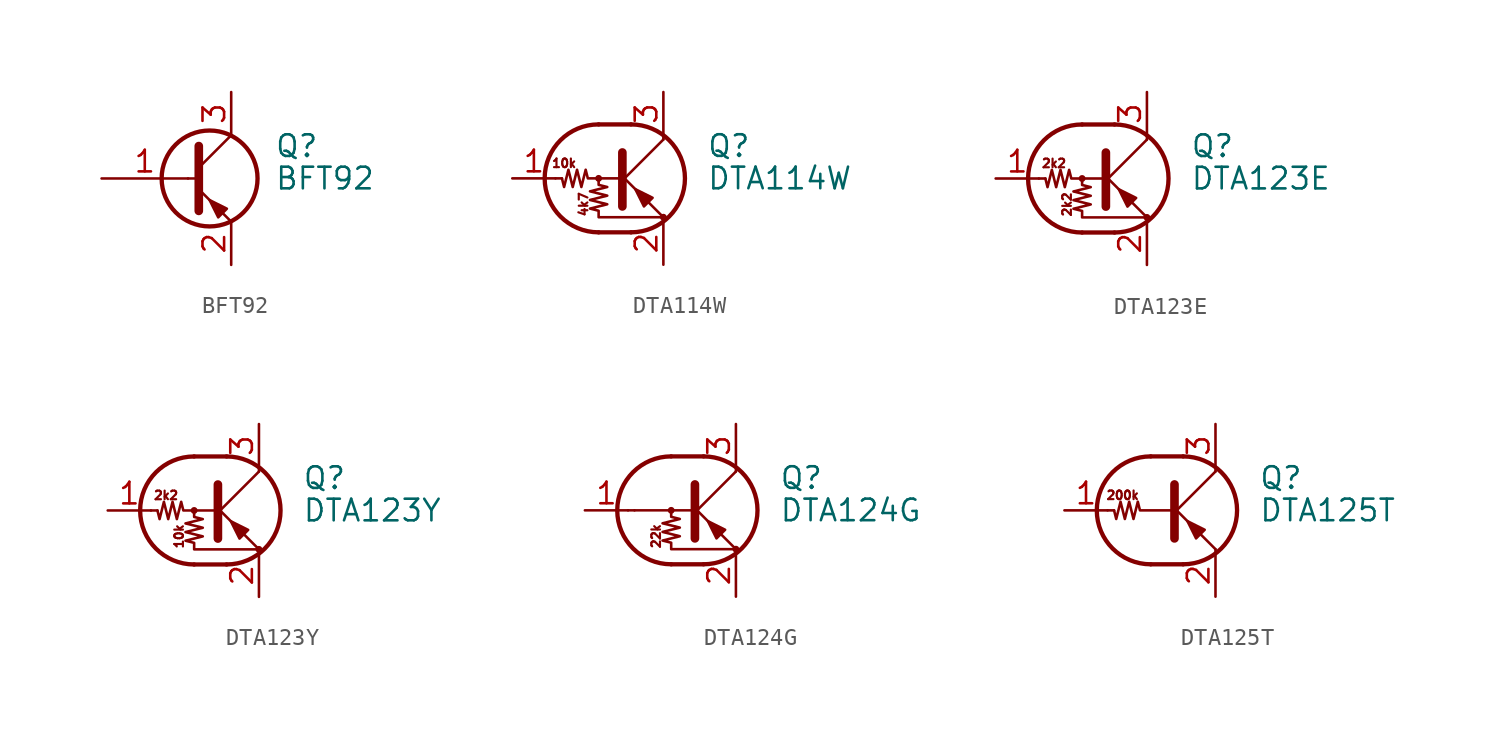
<source format=kicad_sym>
(kicad_symbol_lib
  (version 20201005)
  (generator kicad_symbol_editor)
  (symbol "BFT92"
    (pin_names
      (offset 0) hide)
    (property "Reference" "Q"
      (at 5.08 1.905 0)
      (effects (font (size 1.27 1.27)) (justify left)))
    (property "Value" "BFT92"
      (at 5.08 0 0)
      (effects (font (size 1.27 1.27)) (justify left)))
    (symbol "BFT92_0_1"
      (circle (center 1.27 0) (radius 2.819) (stroke (width 0.254)) (fill (type none)))
      (polyline (pts (xy 0 0) (xy 0.635 0)) (stroke (width 0)) (fill (type none)))
      (polyline (pts (xy 0.635 0.635) (xy 2.54 2.54)) (stroke (width 0)) (fill (type none)))
      (polyline (pts (xy 2.54 -2.54) (xy 0.635 -0.635)) (stroke (width 0)) (fill (type none)))
      (polyline (pts (xy 0.635 1.905) (xy 0.635 0) (xy 0.635 -1.905) (xy 0.635 -1.905)) (stroke (width 0.508)) (fill (type none)))
      (polyline (pts (xy 1.27 -1.27) (xy 1.778 -2.286) (xy 2.286 -1.778) (xy 1.27 -1.27) (xy 1.27 -1.27)) (stroke (width 0)) (fill (type outline))))
    (symbol "BFT92_1_1"
      (pin input line (at -5.08 0 0) (length 5.08) (name "B" (effects (font (size 1.27 1.27)))) (number "1" (effects (font (size 1.27 1.27)))))
      (pin passive line (at 2.54 -5.08 90) (length 2.54) (name "E" (effects (font (size 1.27 1.27)))) (number "2" (effects (font (size 1.27 1.27)))))
      (pin passive line (at 2.54 5.08 270) (length 2.54) (name "C" (effects (font (size 1.27 1.27)))) (number "3" (effects (font (size 1.27 1.27)))))))
  (symbol "DTA114W"
    (pin_names
      (offset 0) hide)
    (property "Reference" "Q"
      (at 5.08 1.905 0)
      (effects (font (size 1.27 1.27)) (justify left)))
    (property "Value" "DTA114W"
      (at 5.08 0 0)
      (effects (font (size 1.27 1.27)) (justify left)))
    (symbol "DTA114W_0_0"
      (text "10k" (at -3.302 0.889 0) (effects (font (size 0.508 0.508))))
      (text "4k7" (at -2.159 -1.524 900) (effects (font (size 0.508 0.508)))))
    (symbol "DTA114W_0_1"
      (arc (start -1.27 3.175) (end -1.27 -3.175) (radius (at -1.27 0) (length 3.175) (angles 90.1 -90.1)) (stroke (width 0.254)) (fill (type none)))
      (arc (start 0.635 -3.175) (end 0.635 3.175) (radius (at 0.635 0) (length 3.175) (angles -89.9 89.9)) (stroke (width 0.254)) (fill (type none)))
      (circle (center -1.27 0) (radius 0.127) (stroke (width 0)) (fill (type none)))
      (circle (center 2.54 -2.286) (radius 0.127) (stroke (width 0)) (fill (type none)))
      (polyline (pts (xy -3.429 0) (xy -3.81 0)) (stroke (width 0)) (fill (type none)))
      (polyline (pts (xy -1.27 -3.175) (xy 0.635 -3.175)) (stroke (width 0.254)) (fill (type none)))
      (polyline (pts (xy -1.27 3.175) (xy 0.635 3.175)) (stroke (width 0.254)) (fill (type none)))
      (polyline (pts (xy 0 -0.254) (xy 2.54 2.286)) (stroke (width 0)) (fill (type none)))
      (polyline (pts (xy 0.127 1.524) (xy 0.127 -1.651)) (stroke (width 0.508)) (fill (type outline)))
      (polyline (pts (xy 2.54 2.286) (xy 2.54 2.54)) (stroke (width 0)) (fill (type none)))
      (polyline (pts (xy 2.54 -2.286) (xy 0 0.254) (xy 0 0.254)) (stroke (width 0)) (fill (type none)))
      (polyline (pts (xy 1.397 -1.651) (xy 1.905 -1.143) (xy 0.889 -0.635) (xy 1.397 -1.651)) (stroke (width 0)) (fill (type outline)))
      (polyline (pts (xy 0 0) (xy -1.905 0) (xy -2.032 0.508) (xy -2.286 -0.508) (xy -2.54 0.508) (xy -2.794 -0.508) (xy -3.048 0.508) (xy -3.302 -0.508) (xy -3.429 0)) (stroke (width 0)) (fill (type none)))
      (polyline (pts (xy -1.27 0) (xy -1.27 -0.381) (xy -0.762 -0.508) (xy -1.778 -0.762) (xy -0.762 -1.016) (xy -1.778 -1.27) (xy -0.762 -1.524) (xy -1.778 -1.778) (xy -1.27 -1.905) (xy -1.27 -2.286) (xy 2.54 -2.286)) (stroke (width 0)) (fill (type none))))
    (symbol "DTA114W_1_1"
      (pin input line (at -6.35 0 0) (length 2.54) (name "B" (effects (font (size 1.27 1.27)))) (number "1" (effects (font (size 1.27 1.27)))))
      (pin passive line (at 2.54 -5.08 90) (length 2.54) (name "E" (effects (font (size 1.27 1.27)))) (number "2" (effects (font (size 1.27 1.27)))))
      (pin passive line (at 2.54 5.08 270) (length 2.54) (name "C" (effects (font (size 1.27 1.27)))) (number "3" (effects (font (size 1.27 1.27)))))))
  (symbol "DTA123E"
    (pin_names
      (offset 0) hide)
    (property "Reference" "Q"
      (at 5.08 1.905 0)
      (effects (font (size 1.27 1.27)) (justify left)))
    (property "Value" "DTA123E"
      (at 5.08 0 0)
      (effects (font (size 1.27 1.27)) (justify left)))
    (symbol "DTA123E_0_0"
      (text "2k2" (at -2.921 0.889 0) (effects (font (size 0.508 0.508))))
      (text "2k2" (at -2.159 -1.524 900) (effects (font (size 0.508 0.508)))))
    (symbol "DTA123E_0_1"
      (arc (start -1.27 3.175) (end -1.27 -3.175) (radius (at -1.27 0) (length 3.175) (angles 90.1 -90.1)) (stroke (width 0.254)) (fill (type none)))
      (arc (start 0.635 -3.175) (end 0.635 3.175) (radius (at 0.635 0) (length 3.175) (angles -89.9 89.9)) (stroke (width 0.254)) (fill (type none)))
      (circle (center -1.27 0) (radius 0.127) (stroke (width 0)) (fill (type none)))
      (circle (center 2.54 -2.286) (radius 0.127) (stroke (width 0)) (fill (type none)))
      (polyline (pts (xy -3.429 0) (xy -3.81 0)) (stroke (width 0)) (fill (type none)))
      (polyline (pts (xy -1.27 -3.175) (xy 0.635 -3.175)) (stroke (width 0.254)) (fill (type none)))
      (polyline (pts (xy -1.27 3.175) (xy 0.635 3.175)) (stroke (width 0.254)) (fill (type none)))
      (polyline (pts (xy 0 -0.254) (xy 2.54 2.286)) (stroke (width 0)) (fill (type none)))
      (polyline (pts (xy 0.127 1.524) (xy 0.127 -1.651)) (stroke (width 0.508)) (fill (type outline)))
      (polyline (pts (xy 2.54 2.286) (xy 2.54 2.54)) (stroke (width 0)) (fill (type none)))
      (polyline (pts (xy 2.54 -2.286) (xy 0 0.254) (xy 0 0.254)) (stroke (width 0)) (fill (type none)))
      (polyline (pts (xy 1.397 -1.651) (xy 1.905 -1.143) (xy 0.889 -0.635) (xy 1.397 -1.651)) (stroke (width 0)) (fill (type outline)))
      (polyline (pts (xy 0 0) (xy -1.905 0) (xy -2.032 0.508) (xy -2.286 -0.508) (xy -2.54 0.508) (xy -2.794 -0.508) (xy -3.048 0.508) (xy -3.302 -0.508) (xy -3.429 0)) (stroke (width 0)) (fill (type none)))
      (polyline (pts (xy -1.27 0) (xy -1.27 -0.381) (xy -0.762 -0.508) (xy -1.778 -0.762) (xy -0.762 -1.016) (xy -1.778 -1.27) (xy -0.762 -1.524) (xy -1.778 -1.778) (xy -1.27 -1.905) (xy -1.27 -2.286) (xy 2.54 -2.286)) (stroke (width 0)) (fill (type none))))
    (symbol "DTA123E_1_1"
      (pin input line (at -6.35 0 0) (length 2.54) (name "B" (effects (font (size 1.27 1.27)))) (number "1" (effects (font (size 1.27 1.27)))))
      (pin passive line (at 2.54 -5.08 90) (length 2.54) (name "E" (effects (font (size 1.27 1.27)))) (number "2" (effects (font (size 1.27 1.27)))))
      (pin passive line (at 2.54 5.08 270) (length 2.54) (name "C" (effects (font (size 1.27 1.27)))) (number "3" (effects (font (size 1.27 1.27)))))))
  (symbol "DTA123Y"
    (pin_names
      (offset 0) hide)
    (property "Reference" "Q"
      (at 5.08 1.905 0)
      (effects (font (size 1.27 1.27)) (justify left)))
    (property "Value" "DTA123Y"
      (at 5.08 0 0)
      (effects (font (size 1.27 1.27)) (justify left)))
    (symbol "DTA123Y_0_0"
      (text "10k" (at -2.159 -1.524 900) (effects (font (size 0.508 0.508))))
      (text "2k2" (at -2.921 0.889 0) (effects (font (size 0.508 0.508)))))
    (symbol "DTA123Y_0_1"
      (arc (start -1.27 3.175) (end -1.27 -3.175) (radius (at -1.27 0) (length 3.175) (angles 90.1 -90.1)) (stroke (width 0.254)) (fill (type none)))
      (arc (start 0.635 -3.175) (end 0.635 3.175) (radius (at 0.635 0) (length 3.175) (angles -89.9 89.9)) (stroke (width 0.254)) (fill (type none)))
      (circle (center -1.27 0) (radius 0.127) (stroke (width 0)) (fill (type none)))
      (circle (center 2.54 -2.286) (radius 0.127) (stroke (width 0)) (fill (type none)))
      (polyline (pts (xy -3.429 0) (xy -3.81 0)) (stroke (width 0)) (fill (type none)))
      (polyline (pts (xy -1.27 -3.175) (xy 0.635 -3.175)) (stroke (width 0.254)) (fill (type none)))
      (polyline (pts (xy -1.27 3.175) (xy 0.635 3.175)) (stroke (width 0.254)) (fill (type none)))
      (polyline (pts (xy 0 -0.254) (xy 2.54 2.286)) (stroke (width 0)) (fill (type none)))
      (polyline (pts (xy 0.127 1.524) (xy 0.127 -1.651)) (stroke (width 0.508)) (fill (type outline)))
      (polyline (pts (xy 2.54 2.286) (xy 2.54 2.54)) (stroke (width 0)) (fill (type none)))
      (polyline (pts (xy 2.54 -2.286) (xy 0 0.254) (xy 0 0.254)) (stroke (width 0)) (fill (type none)))
      (polyline (pts (xy 1.397 -1.651) (xy 1.905 -1.143) (xy 0.889 -0.635) (xy 1.397 -1.651)) (stroke (width 0)) (fill (type outline)))
      (polyline (pts (xy 0 0) (xy -1.905 0) (xy -2.032 0.508) (xy -2.286 -0.508) (xy -2.54 0.508) (xy -2.794 -0.508) (xy -3.048 0.508) (xy -3.302 -0.508) (xy -3.429 0)) (stroke (width 0)) (fill (type none)))
      (polyline (pts (xy -1.27 0) (xy -1.27 -0.381) (xy -0.762 -0.508) (xy -1.778 -0.762) (xy -0.762 -1.016) (xy -1.778 -1.27) (xy -0.762 -1.524) (xy -1.778 -1.778) (xy -1.27 -1.905) (xy -1.27 -2.286) (xy 2.54 -2.286)) (stroke (width 0)) (fill (type none))))
    (symbol "DTA123Y_1_1"
      (pin input line (at -6.35 0 0) (length 2.54) (name "B" (effects (font (size 1.27 1.27)))) (number "1" (effects (font (size 1.27 1.27)))))
      (pin passive line (at 2.54 -5.08 90) (length 2.54) (name "E" (effects (font (size 1.27 1.27)))) (number "2" (effects (font (size 1.27 1.27)))))
      (pin passive line (at 2.54 5.08 270) (length 2.54) (name "C" (effects (font (size 1.27 1.27)))) (number "3" (effects (font (size 1.27 1.27)))))))
  (symbol "DTA124G"
    (pin_names
      (offset 0) hide)
    (property "Reference" "Q"
      (at 5.08 1.905 0)
      (effects (font (size 1.27 1.27)) (justify left)))
    (property "Value" "DTA124G"
      (at 5.08 0 0)
      (effects (font (size 1.27 1.27)) (justify left)))
    (symbol "DTA124G_0_0"
      (text "22k" (at -2.159 -1.524 900) (effects (font (size 0.508 0.508))))
      (polyline (pts (xy -3.429 0) (xy 0 0)) (stroke (width 0)) (fill (type none))))
    (symbol "DTA124G_0_1"
      (arc (start -1.27 3.175) (end -1.27 -3.175) (radius (at -1.27 0) (length 3.175) (angles 90.1 -90.1)) (stroke (width 0.254)) (fill (type none)))
      (arc (start 0.635 -3.175) (end 0.635 3.175) (radius (at 0.635 0) (length 3.175) (angles -89.9 89.9)) (stroke (width 0.254)) (fill (type none)))
      (circle (center -1.27 0) (radius 0.127) (stroke (width 0)) (fill (type none)))
      (circle (center 2.54 -2.286) (radius 0.127) (stroke (width 0)) (fill (type none)))
      (polyline (pts (xy -3.429 0) (xy -3.81 0)) (stroke (width 0)) (fill (type none)))
      (polyline (pts (xy -1.27 -3.175) (xy 0.635 -3.175)) (stroke (width 0.254)) (fill (type none)))
      (polyline (pts (xy -1.27 3.175) (xy 0.635 3.175)) (stroke (width 0.254)) (fill (type none)))
      (polyline (pts (xy 0 -0.254) (xy 2.54 2.286)) (stroke (width 0)) (fill (type none)))
      (polyline (pts (xy 0.127 1.524) (xy 0.127 -1.651)) (stroke (width 0.508)) (fill (type outline)))
      (polyline (pts (xy 2.54 2.286) (xy 2.54 2.54)) (stroke (width 0)) (fill (type none)))
      (polyline (pts (xy 2.54 -2.286) (xy 0 0.254) (xy 0 0.254)) (stroke (width 0)) (fill (type none)))
      (polyline (pts (xy 1.397 -1.651) (xy 1.905 -1.143) (xy 0.889 -0.635) (xy 1.397 -1.651)) (stroke (width 0)) (fill (type outline)))
      (polyline (pts (xy -1.27 0) (xy -1.27 -0.381) (xy -0.762 -0.508) (xy -1.778 -0.762) (xy -0.762 -1.016) (xy -1.778 -1.27) (xy -0.762 -1.524) (xy -1.778 -1.778) (xy -1.27 -1.905) (xy -1.27 -2.286) (xy 2.54 -2.286)) (stroke (width 0)) (fill (type none))))
    (symbol "DTA124G_1_1"
      (pin input line (at -6.35 0 0) (length 2.54) (name "B" (effects (font (size 1.27 1.27)))) (number "1" (effects (font (size 1.27 1.27)))))
      (pin passive line (at 2.54 -5.08 90) (length 2.54) (name "E" (effects (font (size 1.27 1.27)))) (number "2" (effects (font (size 1.27 1.27)))))
      (pin passive line (at 2.54 5.08 270) (length 2.54) (name "C" (effects (font (size 1.27 1.27)))) (number "3" (effects (font (size 1.27 1.27)))))))
  (symbol "DTA125T"
    (pin_names
      (offset 0) hide)
    (property "Reference" "Q"
      (at 5.08 1.905 0)
      (effects (font (size 1.27 1.27)) (justify left)))
    (property "Value" "DTA125T"
      (at 5.08 0 0)
      (effects (font (size 1.27 1.27)) (justify left)))
    (symbol "DTA125T_0_0"
      (text "200k" (at -2.921 0.889 0) (effects (font (size 0.508 0.508))))
      (polyline (pts (xy 2.54 -2.286) (xy 2.54 -2.54)) (stroke (width 0)) (fill (type none))))
    (symbol "DTA125T_0_1"
      (arc (start -1.27 3.175) (end -1.27 -3.175) (radius (at -1.27 0) (length 3.175) (angles 90.1 -90.1)) (stroke (width 0.254)) (fill (type none)))
      (arc (start 0.635 -3.175) (end 0.635 3.175) (radius (at 0.635 0) (length 3.175) (angles -89.9 89.9)) (stroke (width 0.254)) (fill (type none)))
      (polyline (pts (xy -3.429 0) (xy -3.81 0)) (stroke (width 0)) (fill (type none)))
      (polyline (pts (xy -1.27 -3.175) (xy 0.635 -3.175)) (stroke (width 0.254)) (fill (type none)))
      (polyline (pts (xy -1.27 3.175) (xy 0.635 3.175)) (stroke (width 0.254)) (fill (type none)))
      (polyline (pts (xy 0 -0.254) (xy 2.54 2.286)) (stroke (width 0)) (fill (type none)))
      (polyline (pts (xy 0.127 1.524) (xy 0.127 -1.651)) (stroke (width 0.508)) (fill (type outline)))
      (polyline (pts (xy 2.54 2.286) (xy 2.54 2.54)) (stroke (width 0)) (fill (type none)))
      (polyline (pts (xy 2.54 -2.286) (xy 0 0.254) (xy 0 0.254)) (stroke (width 0)) (fill (type none)))
      (polyline (pts (xy 1.397 -1.651) (xy 1.905 -1.143) (xy 0.889 -0.635) (xy 1.397 -1.651)) (stroke (width 0)) (fill (type outline)))
      (polyline (pts (xy 0 0) (xy -1.905 0) (xy -2.032 0.508) (xy -2.286 -0.508) (xy -2.54 0.508) (xy -2.794 -0.508) (xy -3.048 0.508) (xy -3.302 -0.508) (xy -3.429 0)) (stroke (width 0)) (fill (type none))))
    (symbol "DTA125T_1_1"
      (pin input line (at -6.35 0 0) (length 2.54) (name "B" (effects (font (size 1.27 1.27)))) (number "1" (effects (font (size 1.27 1.27)))))
      (pin passive line (at 2.54 -5.08 90) (length 2.54) (name "E" (effects (font (size 1.27 1.27)))) (number "2" (effects (font (size 1.27 1.27)))))
      (pin passive line (at 2.54 5.08 270) (length 2.54) (name "C" (effects (font (size 1.27 1.27)))) (number "3" (effects (font (size 1.27 1.27))))))))
</source>
